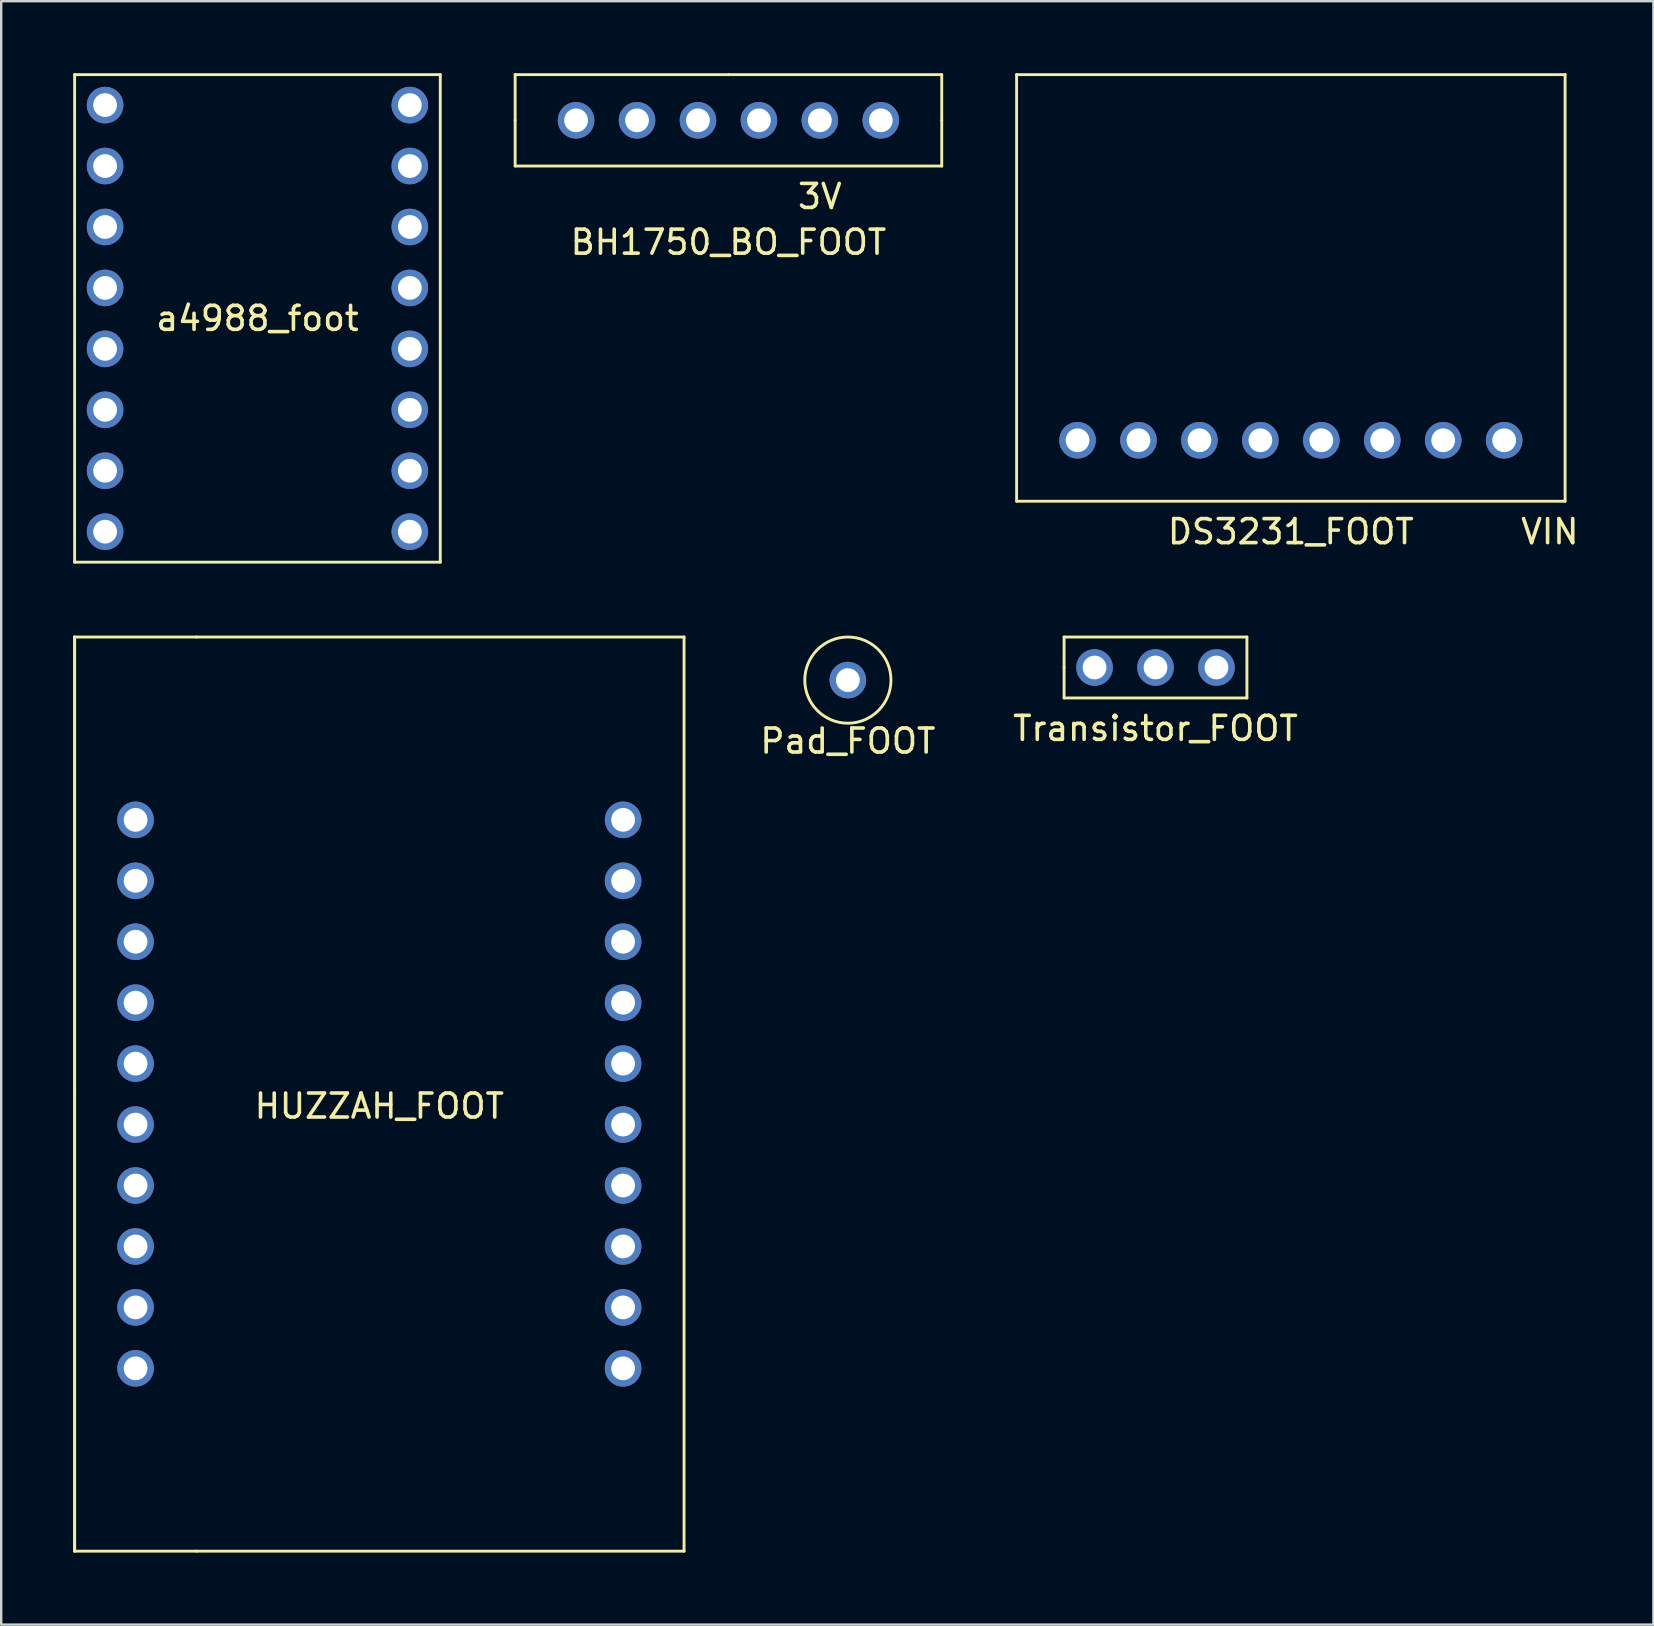
<source format=kicad_pcb>
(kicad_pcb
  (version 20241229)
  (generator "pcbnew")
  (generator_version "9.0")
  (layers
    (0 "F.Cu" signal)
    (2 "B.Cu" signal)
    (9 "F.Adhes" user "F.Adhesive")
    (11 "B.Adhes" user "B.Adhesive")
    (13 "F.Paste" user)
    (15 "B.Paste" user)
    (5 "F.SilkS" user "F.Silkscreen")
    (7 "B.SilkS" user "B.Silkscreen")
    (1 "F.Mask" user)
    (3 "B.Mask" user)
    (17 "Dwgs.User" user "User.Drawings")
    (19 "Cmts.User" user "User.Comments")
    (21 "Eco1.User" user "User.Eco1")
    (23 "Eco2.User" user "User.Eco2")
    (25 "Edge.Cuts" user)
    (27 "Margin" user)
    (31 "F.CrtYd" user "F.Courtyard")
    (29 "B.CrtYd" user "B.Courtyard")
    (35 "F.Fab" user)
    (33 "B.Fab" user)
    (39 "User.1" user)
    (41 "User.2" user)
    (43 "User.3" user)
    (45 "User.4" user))
  (footprint "a4988_foot"
    (layer "F.Cu")
    (at 7.68 10.22)
    (property "Reference" "a4988_foot" (at 0 0 0) (layer "F.SilkS") (effects (font (size 1 1) (thickness 0.15))))
    (attr through_hole)
    (fp_line (start -7.62 -10.16) (end 7.62 -10.16) (stroke (width 0.12) (type solid)) (layer "F.SilkS"))
    (fp_line (start -7.62 10.16) (end -7.62 -10.16) (stroke (width 0.12) (type solid)) (layer "F.SilkS"))
    (fp_line (start 7.62 -10.16) (end 7.62 10.16) (stroke (width 0.12) (type solid)) (layer "F.SilkS"))
    (fp_line (start 7.62 10.16) (end -7.62 10.16) (stroke (width 0.12) (type solid)) (layer "F.SilkS"))
    (pad "1" thru_hole circle (at -6.35 -8.89) (size 1.524 1.524) (drill 0.991) (layers "*.Cu" "*.Mask"))
    (pad "2" thru_hole circle (at -6.35 -6.35) (size 1.524 1.524) (drill 0.991) (layers "*.Cu" "*.Mask"))
    (pad "3" thru_hole circle (at -6.35 -3.81) (size 1.524 1.524) (drill 0.991) (layers "*.Cu" "*.Mask"))
    (pad "4" thru_hole circle (at -6.35 -1.27) (size 1.524 1.524) (drill 0.991) (layers "*.Cu" "*.Mask"))
    (pad "5" thru_hole circle (at -6.35 1.27) (size 1.524 1.524) (drill 0.991) (layers "*.Cu" "*.Mask"))
    (pad "6" thru_hole circle (at -6.35 3.81) (size 1.524 1.524) (drill 0.991) (layers "*.Cu" "*.Mask"))
    (pad "7" thru_hole circle (at -6.35 6.35) (size 1.524 1.524) (drill 0.991) (layers "*.Cu" "*.Mask"))
    (pad "8" thru_hole circle (at -6.35 8.89) (size 1.524 1.524) (drill 0.991) (layers "*.Cu" "*.Mask"))
    (pad "9" thru_hole circle (at 6.35 8.89) (size 1.524 1.524) (drill 0.991) (layers "*.Cu" "*.Mask"))
    (pad "10" thru_hole circle (at 6.35 6.35) (size 1.524 1.524) (drill 0.991) (layers "*.Cu" "*.Mask"))
    (pad "11" thru_hole circle (at 6.35 3.81) (size 1.524 1.524) (drill 0.991) (layers "*.Cu" "*.Mask"))
    (pad "12" thru_hole circle (at 6.35 1.27) (size 1.524 1.524) (drill 0.991) (layers "*.Cu" "*.Mask"))
    (pad "13" thru_hole circle (at 6.35 -1.27) (size 1.524 1.524) (drill 0.991) (layers "*.Cu" "*.Mask"))
    (pad "14" thru_hole circle (at 6.35 -3.81) (size 1.524 1.524) (drill 0.991) (layers "*.Cu" "*.Mask"))
    (pad "15" thru_hole circle (at 6.35 -6.35) (size 1.524 1.524) (drill 0.991) (layers "*.Cu" "*.Mask"))
    (pad "16" thru_hole circle (at 6.35 -8.89) (size 1.524 1.524) (drill 0.991) (layers "*.Cu" "*.Mask")))
  (footprint "DS3231_FOOT"
    (layer "F.Cu")
    (at 50.75 8.95)
    (property "Reference" "DS3231_FOOT" (at 0 10.16 0) (layer "F.SilkS") (effects (font (size 1 1) (thickness 0.15))))
    (attr through_hole)
    (fp_line (start -11.43 -8.89) (end 11.43 -8.89) (stroke (width 0.12) (type solid)) (layer "F.SilkS"))
    (fp_line (start -11.43 8.89) (end -11.43 -8.89) (stroke (width 0.12) (type solid)) (layer "F.SilkS"))
    (fp_line (start 11.43 -8.89) (end 11.43 8.89) (stroke (width 0.12) (type solid)) (layer "F.SilkS"))
    (fp_line (start 11.43 8.89) (end -11.43 8.89) (stroke (width 0.12) (type solid)) (layer "F.SilkS"))
    (fp_text user "VIN" (at 10.795 10.16 0) (layer "F.SilkS") (effects (font (size 1 1) (thickness 0.15))))
    (pad "1" thru_hole circle (at 8.89 6.35) (size 1.524 1.524) (drill 0.991) (layers "*.Cu" "*.Mask"))
    (pad "2" thru_hole circle (at 6.35 6.35) (size 1.524 1.524) (drill 0.991) (layers "*.Cu" "*.Mask"))
    (pad "3" thru_hole circle (at 3.81 6.35) (size 1.524 1.524) (drill 0.991) (layers "*.Cu" "*.Mask"))
    (pad "4" thru_hole circle (at 1.27 6.35) (size 1.524 1.524) (drill 0.991) (layers "*.Cu" "*.Mask"))
    (pad "5" thru_hole circle (at -1.27 6.35) (size 1.524 1.524) (drill 0.991) (layers "*.Cu" "*.Mask"))
    (pad "6" thru_hole circle (at -3.81 6.35) (size 1.524 1.524) (drill 0.991) (layers "*.Cu" "*.Mask"))
    (pad "7" thru_hole circle (at -6.35 6.35) (size 1.524 1.524) (drill 0.991) (layers "*.Cu" "*.Mask"))
    (pad "8" thru_hole circle (at -8.89 6.35) (size 1.524 1.524) (drill 0.991) (layers "*.Cu" "*.Mask")))
  (footprint "HUZZAH_FOOT"
    (layer "F.Cu")
    (at 12.76 42.55)
    (property "Reference" "HUZZAH_FOOT" (at 0 0.5 0) (layer "F.SilkS") (effects (font (size 1 1) (thickness 0.15))))
    (attr through_hole)
    (fp_line (start -12.7 -19.05) (end -12.7 0) (stroke (width 0.12) (type solid)) (layer "F.SilkS"))
    (fp_line (start -12.7 0) (end -12.7 19.05) (stroke (width 0.12) (type solid)) (layer "F.SilkS"))
    (fp_line (start -12.7 19.05) (end -12.7 -19.05) (stroke (width 0.12) (type solid)) (layer "F.SilkS"))
    (fp_line (start -12.7 19.05) (end -7.62 19.05) (stroke (width 0.12) (type solid)) (layer "F.SilkS"))
    (fp_line (start -7.62 -19.05) (end -12.7 -19.05) (stroke (width 0.12) (type solid)) (layer "F.SilkS"))
    (fp_line (start -7.62 -19.05) (end 12.7 -19.05) (stroke (width 0.12) (type solid)) (layer "F.SilkS"))
    (fp_line (start 12.7 -19.05) (end 12.7 19.05) (stroke (width 0.12) (type solid)) (layer "F.SilkS"))
    (fp_line (start 12.7 19.05) (end -7.62 19.05) (stroke (width 0.12) (type solid)) (layer "F.SilkS"))
    (pad "1" thru_hole circle (at -10.16 -11.43) (size 1.524 1.524) (drill 0.991) (layers "*.Cu" "*.Mask"))
    (pad "2" thru_hole circle (at -10.16 -8.89) (size 1.524 1.524) (drill 0.991) (layers "*.Cu" "*.Mask"))
    (pad "3" thru_hole circle (at -10.16 -6.35) (size 1.524 1.524) (drill 0.991) (layers "*.Cu" "*.Mask"))
    (pad "4" thru_hole circle (at -10.16 -3.81) (size 1.524 1.524) (drill 0.991) (layers "*.Cu" "*.Mask"))
    (pad "5" thru_hole circle (at -10.16 -1.27) (size 1.524 1.524) (drill 0.991) (layers "*.Cu" "*.Mask"))
    (pad "6" thru_hole circle (at -10.16 1.27) (size 1.524 1.524) (drill 0.991) (layers "*.Cu" "*.Mask"))
    (pad "7" thru_hole circle (at -10.16 3.81) (size 1.524 1.524) (drill 0.991) (layers "*.Cu" "*.Mask"))
    (pad "8" thru_hole circle (at -10.16 6.35) (size 1.524 1.524) (drill 0.991) (layers "*.Cu" "*.Mask"))
    (pad "9" thru_hole circle (at -10.16 8.89) (size 1.524 1.524) (drill 0.991) (layers "*.Cu" "*.Mask"))
    (pad "10" thru_hole circle (at -10.16 11.43) (size 1.524 1.524) (drill 0.991) (layers "*.Cu" "*.Mask"))
    (pad "11" thru_hole circle (at 10.16 11.43) (size 1.524 1.524) (drill 0.991) (layers "*.Cu" "*.Mask"))
    (pad "12" thru_hole circle (at 10.16 8.89) (size 1.524 1.524) (drill 0.991) (layers "*.Cu" "*.Mask"))
    (pad "13" thru_hole circle (at 10.16 6.35) (size 1.524 1.524) (drill 0.991) (layers "*.Cu" "*.Mask"))
    (pad "14" thru_hole circle (at 10.16 3.81) (size 1.524 1.524) (drill 0.991) (layers "*.Cu" "*.Mask"))
    (pad "15" thru_hole circle (at 10.16 1.27) (size 1.524 1.524) (drill 0.991) (layers "*.Cu" "*.Mask"))
    (pad "16" thru_hole circle (at 10.16 -1.27) (size 1.524 1.524) (drill 0.991) (layers "*.Cu" "*.Mask"))
    (pad "17" thru_hole circle (at 10.16 -3.81) (size 1.524 1.524) (drill 0.991) (layers "*.Cu" "*.Mask"))
    (pad "18" thru_hole circle (at 10.16 -6.35) (size 1.524 1.524) (drill 0.991) (layers "*.Cu" "*.Mask"))
    (pad "19" thru_hole circle (at 10.16 -8.89) (size 1.524 1.524) (drill 0.991) (layers "*.Cu" "*.Mask"))
    (pad "20" thru_hole circle (at 10.16 -11.43) (size 1.524 1.524) (drill 0.991) (layers "*.Cu" "*.Mask")))
  (footprint "Transistor_FOOT"
    (layer "F.Cu")
    (at 45.109 24.77)
    (property "Reference" "Transistor_FOOT" (at 0 2.54 0) (layer "F.SilkS") (effects (font (size 1 1) (thickness 0.15))))
    (attr through_hole)
    (fp_line (start -3.81 -1.27) (end 3.81 -1.27) (stroke (width 0.12) (type solid)) (layer "F.SilkS"))
    (fp_line (start -3.81 0) (end -3.81 -1.27) (stroke (width 0.12) (type solid)) (layer "F.SilkS"))
    (fp_line (start -3.81 1.27) (end -3.81 0) (stroke (width 0.12) (type solid)) (layer "F.SilkS"))
    (fp_line (start -3.81 1.27) (end 3.81 1.27) (stroke (width 0.12) (type solid)) (layer "F.SilkS"))
    (fp_line (start 3.81 -1.27) (end 3.81 1.27) (stroke (width 0.12) (type solid)) (layer "F.SilkS"))
    (pad "1" thru_hole circle (at -2.54 0) (size 1.524 1.524) (drill 0.991) (layers "*.Cu" "*.Mask"))
    (pad "2" thru_hole circle (at 0 0) (size 1.524 1.524) (drill 0.991) (layers "*.Cu" "*.Mask"))
    (pad "3" thru_hole circle (at 2.54 0) (size 1.524 1.524) (drill 0.991) (layers "*.Cu" "*.Mask")))
  (footprint "Pad_FOOT"
    (layer "F.Cu")
    (at 32.288 25.296)
    (property "Reference" "Pad_FOOT" (at 0 2.54 0) (layer "F.SilkS") (effects (font (size 1 1) (thickness 0.15))))
    (attr through_hole)
    (fp_circle (center 0 0) (end 1.27 -1.27) (stroke (width 0.12) (type solid)) (fill no) (layer "F.SilkS"))
    (pad "1" thru_hole circle (at 0 0) (size 1.524 1.524) (drill 0.991) (layers "*.Cu" "*.Mask")))
  (footprint "BH1750_BO_FOOT"
    (layer "F.Cu")
    (at 27.31 1.965)
    (property "Reference" "BH1750_BO_FOOT" (at 0 5.08 0) (layer "F.SilkS") (effects (font (size 1 1) (thickness 0.15))))
    (attr through_hole)
    (fp_line (start -8.89 -1.905) (end 0 -1.905) (stroke (width 0.12) (type solid)) (layer "F.SilkS"))
    (fp_line (start -8.89 0) (end -8.89 -1.905) (stroke (width 0.12) (type solid)) (layer "F.SilkS"))
    (fp_line (start -8.89 1.905) (end -8.89 0) (stroke (width 0.12) (type solid)) (layer "F.SilkS"))
    (fp_line (start 0 -1.905) (end 8.89 -1.905) (stroke (width 0.12) (type solid)) (layer "F.SilkS"))
    (fp_line (start 8.89 -1.905) (end 8.89 0) (stroke (width 0.12) (type solid)) (layer "F.SilkS"))
    (fp_line (start 8.89 0) (end 8.89 1.905) (stroke (width 0.12) (type solid)) (layer "F.SilkS"))
    (fp_line (start 8.89 1.905) (end -8.89 1.905) (stroke (width 0.12) (type solid)) (layer "F.SilkS"))
    (fp_text user "3V" (at 3.81 3.175 0) (layer "F.SilkS") (effects (font (size 1 1) (thickness 0.15))))
    (pad "1" thru_hole circle (at 6.35 0) (size 1.524 1.524) (drill 0.991) (layers "*.Cu" "*.Mask"))
    (pad "2" thru_hole circle (at 3.81 0) (size 1.524 1.524) (drill 0.991) (layers "*.Cu" "*.Mask"))
    (pad "3" thru_hole circle (at 1.27 0) (size 1.524 1.524) (drill 0.991) (layers "*.Cu" "*.Mask"))
    (pad "4" thru_hole circle (at -1.27 0) (size 1.524 1.524) (drill 0.991) (layers "*.Cu" "*.Mask"))
    (pad "5" thru_hole circle (at -3.81 0) (size 1.524 1.524) (drill 0.991) (layers "*.Cu" "*.Mask"))
    (pad "6" thru_hole circle (at -6.35 0) (size 1.524 1.524) (drill 0.991) (layers "*.Cu" "*.Mask")))
  (gr_rect
    (start -3 -3)
    (end 65.86 64.66)
    (stroke (width 0.1) (type default))
    (fill no)
    (layer "Edge.Cuts")))
</source>
